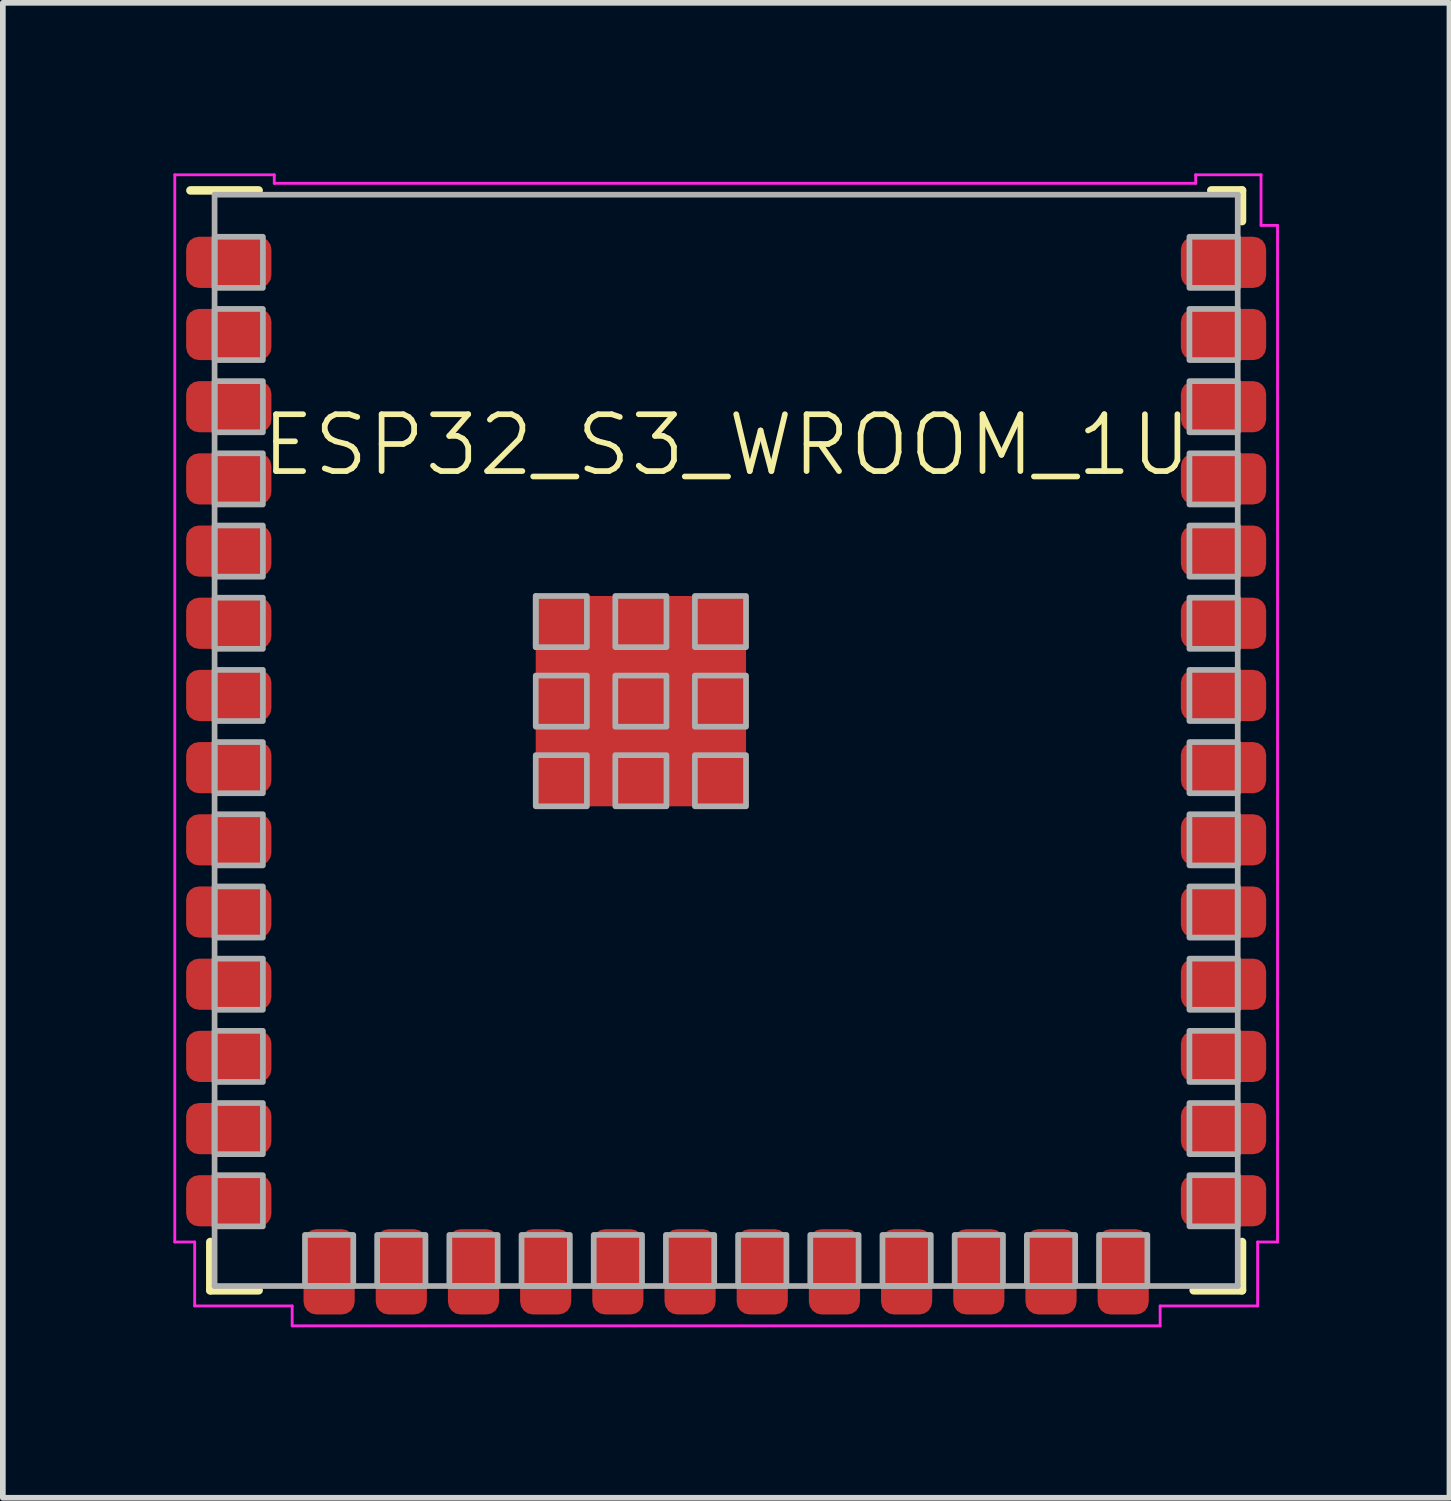
<source format=kicad_pcb>
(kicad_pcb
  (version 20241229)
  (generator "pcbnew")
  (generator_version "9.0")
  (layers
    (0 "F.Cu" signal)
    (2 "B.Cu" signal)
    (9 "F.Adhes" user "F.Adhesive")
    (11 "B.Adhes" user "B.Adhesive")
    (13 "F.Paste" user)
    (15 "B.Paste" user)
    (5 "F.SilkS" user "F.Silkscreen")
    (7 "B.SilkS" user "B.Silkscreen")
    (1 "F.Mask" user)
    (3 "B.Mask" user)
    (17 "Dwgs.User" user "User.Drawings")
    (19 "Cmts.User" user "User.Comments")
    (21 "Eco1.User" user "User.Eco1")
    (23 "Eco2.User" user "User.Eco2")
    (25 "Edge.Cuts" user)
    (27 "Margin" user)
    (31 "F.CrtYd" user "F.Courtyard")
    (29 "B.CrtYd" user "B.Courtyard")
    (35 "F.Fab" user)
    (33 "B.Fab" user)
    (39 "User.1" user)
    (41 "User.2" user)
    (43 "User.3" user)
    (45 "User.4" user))
  (footprint "ESP32_S3_WROOM_1U"
    (layer "F.Cu")
    (at 9.725 9.975)
    (property "Reference" "ESP32_S3_WROOM_1U" (at 0.01 -5.195 0) (unlocked yes) (layer "F.SilkS") (effects (font (size 1 1) (thickness 0.1))))
    (attr smd)
    (fp_line (start -9.075 8.825) (end -9.075 9.675) (stroke (width 0.15) (type default)) (layer "F.SilkS"))
    (fp_line (start -9.075 9.675) (end -8.225 9.675) (stroke (width 0.15) (type default)) (layer "F.SilkS"))
    (fp_line (start -8.225 -9.675) (end -9.425 -9.675) (stroke (width 0.15) (type default)) (layer "F.SilkS"))
    (fp_line (start 8.535 -9.675) (end 9.075 -9.675) (stroke (width 0.15) (type default)) (layer "F.SilkS"))
    (fp_line (start 9.075 -9.135) (end 9.075 -9.675) (stroke (width 0.15) (type default)) (layer "F.SilkS"))
    (fp_line (start 9.075 8.825) (end 9.075 9.675) (stroke (width 0.15) (type default)) (layer "F.SilkS"))
    (fp_line (start 9.075 9.675) (end 8.225 9.675) (stroke (width 0.15) (type default)) (layer "F.SilkS"))
    (fp_rect (start -3.35 -2.54) (end -2.45 -1.64) (stroke (width 0.1) (type default)) (fill yes) (layer "F.Paste"))
    (fp_rect (start -3.35 -1.14) (end -2.45 -0.24) (stroke (width 0.1) (type default)) (fill yes) (layer "F.Paste"))
    (fp_rect (start -3.35 0.26) (end -2.45 1.16) (stroke (width 0.1) (type default)) (fill yes) (layer "F.Paste"))
    (fp_rect (start -1.95 -2.54) (end -1.05 -1.64) (stroke (width 0.1) (type default)) (fill yes) (layer "F.Paste"))
    (fp_rect (start -1.95 -1.14) (end -1.05 -0.24) (stroke (width 0.1) (type default)) (fill yes) (layer "F.Paste"))
    (fp_rect (start -1.95 0.26) (end -1.05 1.16) (stroke (width 0.1) (type default)) (fill yes) (layer "F.Paste"))
    (fp_rect (start -0.55 -2.54) (end 0.35 -1.64) (stroke (width 0.1) (type default)) (fill yes) (layer "F.Paste"))
    (fp_rect (start -0.55 -1.14) (end 0.35 -0.24) (stroke (width 0.1) (type default)) (fill yes) (layer "F.Paste"))
    (fp_rect (start -0.55 0.26) (end 0.35 1.16) (stroke (width 0.1) (type default)) (fill yes) (layer "F.Paste"))
    (fp_line (start -9.7 -9.95) (end -9.7 8.825) (stroke (width 0.05) (type default)) (layer "F.CrtYd"))
    (fp_line (start -9.7 -9.95) (end -7.95 -9.95) (stroke (width 0.05) (type default)) (layer "F.CrtYd"))
    (fp_line (start -9.7 8.825) (end -9.35 8.825) (stroke (width 0.05) (type default)) (layer "F.CrtYd"))
    (fp_line (start -9.35 8.825) (end -9.35 9.95) (stroke (width 0.05) (type default)) (layer "F.CrtYd"))
    (fp_line (start -9.35 9.95) (end -7.635 9.95) (stroke (width 0.05) (type default)) (layer "F.CrtYd"))
    (fp_line (start -7.95 -9.95) (end -7.95 -9.8) (stroke (width 0.05) (type default)) (layer "F.CrtYd"))
    (fp_line (start -7.95 -9.8) (end 8.26 -9.8) (stroke (width 0.05) (type default)) (layer "F.CrtYd"))
    (fp_line (start -7.635 9.95) (end -7.635 10.3) (stroke (width 0.05) (type default)) (layer "F.CrtYd"))
    (fp_line (start -7.635 10.3) (end 7.635 10.3) (stroke (width 0.05) (type default)) (layer "F.CrtYd"))
    (fp_line (start 7.635 10.3) (end 7.635 9.95) (stroke (width 0.05) (type default)) (layer "F.CrtYd"))
    (fp_line (start 8.26 -9.95) (end 9.41 -9.95) (stroke (width 0.05) (type default)) (layer "F.CrtYd"))
    (fp_line (start 8.26 -9.8) (end 8.26 -9.95) (stroke (width 0.05) (type default)) (layer "F.CrtYd"))
    (fp_line (start 9.35 8.825) (end 9.35 9.95) (stroke (width 0.05) (type default)) (layer "F.CrtYd"))
    (fp_line (start 9.35 9.95) (end 7.635 9.95) (stroke (width 0.05) (type default)) (layer "F.CrtYd"))
    (fp_line (start 9.41 -9.95) (end 9.41 -9.06) (stroke (width 0.05) (type default)) (layer "F.CrtYd"))
    (fp_line (start 9.41 -9.06) (end 9.7 -9.06) (stroke (width 0.05) (type default)) (layer "F.CrtYd"))
    (fp_line (start 9.7 -9.06) (end 9.7 8.825) (stroke (width 0.05) (type default)) (layer "F.CrtYd"))
    (fp_line (start 9.7 8.825) (end 9.35 8.825) (stroke (width 0.05) (type default)) (layer "F.CrtYd"))
    (fp_line (start -9 -9.6) (end 9 -9.6) (stroke (width 0.1) (type default)) (layer "F.Fab"))
    (fp_line (start -9 9.6) (end -9 -9.6) (stroke (width 0.1) (type default)) (layer "F.Fab"))
    (fp_line (start -9 9.6) (end 9 9.6) (stroke (width 0.1) (type default)) (layer "F.Fab"))
    (fp_line (start 9 9.6) (end 9 -9.6) (stroke (width 0.1) (type default)) (layer "F.Fab"))
    (fp_rect (start -9 -8.86) (end -8.15 -7.96) (stroke (width 0.1) (type default)) (fill no) (layer "F.Fab"))
    (fp_rect (start -9 -7.59) (end -8.15 -6.69) (stroke (width 0.1) (type default)) (fill no) (layer "F.Fab"))
    (fp_rect (start -9 -6.32) (end -8.15 -5.42) (stroke (width 0.1) (type default)) (fill no) (layer "F.Fab"))
    (fp_rect (start -9 -5.05) (end -8.15 -4.15) (stroke (width 0.1) (type default)) (fill no) (layer "F.Fab"))
    (fp_rect (start -9 -3.78) (end -8.15 -2.88) (stroke (width 0.1) (type default)) (fill no) (layer "F.Fab"))
    (fp_rect (start -9 -2.51) (end -8.15 -1.61) (stroke (width 0.1) (type default)) (fill no) (layer "F.Fab"))
    (fp_rect (start -9 -1.24) (end -8.15 -0.34) (stroke (width 0.1) (type default)) (fill no) (layer "F.Fab"))
    (fp_rect (start -9 0.03) (end -8.15 0.93) (stroke (width 0.1) (type default)) (fill no) (layer "F.Fab"))
    (fp_rect (start -9 1.3) (end -8.15 2.2) (stroke (width 0.1) (type default)) (fill no) (layer "F.Fab"))
    (fp_rect (start -9 2.57) (end -8.15 3.47) (stroke (width 0.1) (type default)) (fill no) (layer "F.Fab"))
    (fp_rect (start -9 3.84) (end -8.15 4.74) (stroke (width 0.1) (type default)) (fill no) (layer "F.Fab"))
    (fp_rect (start -9 5.11) (end -8.15 6.01) (stroke (width 0.1) (type default)) (fill no) (layer "F.Fab"))
    (fp_rect (start -9 6.38) (end -8.15 7.28) (stroke (width 0.1) (type default)) (fill no) (layer "F.Fab"))
    (fp_rect (start -9 7.65) (end -8.15 8.55) (stroke (width 0.1) (type default)) (fill no) (layer "F.Fab"))
    (fp_rect (start -7.41 8.7) (end -6.56 9.6) (stroke (width 0.1) (type default)) (fill no) (layer "F.Fab"))
    (fp_rect (start -6.14 8.7) (end -5.29 9.6) (stroke (width 0.1) (type default)) (fill no) (layer "F.Fab"))
    (fp_rect (start -4.87 8.7) (end -4.02 9.6) (stroke (width 0.1) (type default)) (fill no) (layer "F.Fab"))
    (fp_rect (start -3.6 8.7) (end -2.75 9.6) (stroke (width 0.1) (type default)) (fill no) (layer "F.Fab"))
    (fp_rect (start -3.35 -2.54) (end -3.35 -1.64) (stroke (width 0.1) (type default)) (fill no) (layer "F.Fab"))
    (fp_rect (start -3.35 -2.54) (end -2.45 -1.64) (stroke (width 0.1) (type default)) (fill no) (layer "F.Fab"))
    (fp_rect (start -3.35 -1.14) (end -2.45 -0.24) (stroke (width 0.1) (type default)) (fill no) (layer "F.Fab"))
    (fp_rect (start -3.35 0.26) (end -2.45 1.16) (stroke (width 0.1) (type default)) (fill no) (layer "F.Fab"))
    (fp_rect (start -2.33 8.7) (end -1.48 9.6) (stroke (width 0.1) (type default)) (fill no) (layer "F.Fab"))
    (fp_rect (start -1.95 -2.54) (end -1.05 -1.64) (stroke (width 0.1) (type default)) (fill no) (layer "F.Fab"))
    (fp_rect (start -1.95 -1.14) (end -1.05 -0.24) (stroke (width 0.1) (type default)) (fill no) (layer "F.Fab"))
    (fp_rect (start -1.95 0.26) (end -1.05 1.16) (stroke (width 0.1) (type default)) (fill no) (layer "F.Fab"))
    (fp_rect (start -1.06 8.7) (end -0.21 9.6) (stroke (width 0.1) (type default)) (fill no) (layer "F.Fab"))
    (fp_rect (start -0.55 -2.54) (end 0.35 -1.64) (stroke (width 0.1) (type default)) (fill no) (layer "F.Fab"))
    (fp_rect (start -0.55 -1.14) (end 0.35 -0.24) (stroke (width 0.1) (type default)) (fill no) (layer "F.Fab"))
    (fp_rect (start -0.55 0.26) (end 0.35 1.16) (stroke (width 0.1) (type default)) (fill no) (layer "F.Fab"))
    (fp_rect (start 0.21 8.7) (end 1.06 9.6) (stroke (width 0.1) (type default)) (fill no) (layer "F.Fab"))
    (fp_rect (start 1.48 8.7) (end 2.33 9.6) (stroke (width 0.1) (type default)) (fill no) (layer "F.Fab"))
    (fp_rect (start 2.75 8.7) (end 3.6 9.6) (stroke (width 0.1) (type default)) (fill no) (layer "F.Fab"))
    (fp_rect (start 4.02 8.7) (end 4.87 9.6) (stroke (width 0.1) (type default)) (fill no) (layer "F.Fab"))
    (fp_rect (start 5.29 8.7) (end 6.14 9.6) (stroke (width 0.1) (type default)) (fill no) (layer "F.Fab"))
    (fp_rect (start 6.56 8.7) (end 7.41 9.6) (stroke (width 0.1) (type default)) (fill no) (layer "F.Fab"))
    (fp_rect (start 8.15 -8.86) (end 9 -7.96) (stroke (width 0.1) (type default)) (fill no) (layer "F.Fab"))
    (fp_rect (start 8.15 -7.59) (end 9 -6.69) (stroke (width 0.1) (type default)) (fill no) (layer "F.Fab"))
    (fp_rect (start 8.15 -6.32) (end 9 -5.42) (stroke (width 0.1) (type default)) (fill no) (layer "F.Fab"))
    (fp_rect (start 8.15 -5.05) (end 9 -4.15) (stroke (width 0.1) (type default)) (fill no) (layer "F.Fab"))
    (fp_rect (start 8.15 -3.78) (end 9 -2.88) (stroke (width 0.1) (type default)) (fill no) (layer "F.Fab"))
    (fp_rect (start 8.15 -2.51) (end 9 -1.61) (stroke (width 0.1) (type default)) (fill no) (layer "F.Fab"))
    (fp_rect (start 8.15 -1.24) (end 9 -0.34) (stroke (width 0.1) (type default)) (fill no) (layer "F.Fab"))
    (fp_rect (start 8.15 0.03) (end 9 0.93) (stroke (width 0.1) (type default)) (fill no) (layer "F.Fab"))
    (fp_rect (start 8.15 1.3) (end 9 2.2) (stroke (width 0.1) (type default)) (fill no) (layer "F.Fab"))
    (fp_rect (start 8.15 2.57) (end 9 3.47) (stroke (width 0.1) (type default)) (fill no) (layer "F.Fab"))
    (fp_rect (start 8.15 3.84) (end 9 4.74) (stroke (width 0.1) (type default)) (fill no) (layer "F.Fab"))
    (fp_rect (start 8.15 5.11) (end 9 6.01) (stroke (width 0.1) (type default)) (fill no) (layer "F.Fab"))
    (fp_rect (start 8.15 6.38) (end 9 7.28) (stroke (width 0.1) (type default)) (fill no) (layer "F.Fab"))
    (fp_rect (start 8.15 7.65) (end 9 8.55) (stroke (width 0.1) (type default)) (fill no) (layer "F.Fab"))
    (fp_line (start -9 -9.6) (end -9 9.6) (stroke (width 0.1) (type default)) (layer "User.2"))
    (fp_line (start -9 9.6) (end 9 9.6) (stroke (width 0.1) (type default)) (layer "User.2"))
    (fp_line (start -0.35 0) (end 0.35 0) (stroke (width 0.1) (type default)) (layer "User.2"))
    (fp_line (start 0 -0.35) (end 0 0.35) (stroke (width 0.1) (type default)) (layer "User.2"))
    (fp_line (start 9 -9.6) (end -9 -9.6) (stroke (width 0.1) (type default)) (layer "User.2"))
    (fp_line (start 9 9.6) (end 9 -9.6) (stroke (width 0.1) (type default)) (layer "User.2"))
    (fp_circle (center 0 0) (end 0 0.25) (stroke (width 0.1) (type default)) (fill no) (layer "User.2"))
    (fp_text user "${REFERENCE}" (at -0.015 2.16 0) (unlocked yes) (layer "User.3") (effects (font (size 1 1) (thickness 0.15))))
    (pad "1" smd roundrect (at -8.75 -8.41) (size 1.5 0.9) (layers "F.Cu" "F.Mask" "F.Paste") (roundrect_rratio 0.25))
    (pad "2" smd roundrect (at -8.75 -7.14) (size 1.5 0.9) (layers "F.Cu" "F.Mask" "F.Paste") (roundrect_rratio 0.25))
    (pad "3" smd roundrect (at -8.75 -5.87) (size 1.5 0.9) (layers "F.Cu" "F.Mask" "F.Paste") (roundrect_rratio 0.25))
    (pad "4" smd roundrect (at -8.75 -4.6) (size 1.5 0.9) (layers "F.Cu" "F.Mask" "F.Paste") (roundrect_rratio 0.25))
    (pad "5" smd roundrect (at -8.75 -3.33) (size 1.5 0.9) (layers "F.Cu" "F.Mask" "F.Paste") (roundrect_rratio 0.25))
    (pad "6" smd roundrect (at -8.75 -2.06) (size 1.5 0.9) (layers "F.Cu" "F.Mask" "F.Paste") (roundrect_rratio 0.25))
    (pad "7" smd roundrect (at -8.75 -0.79) (size 1.5 0.9) (layers "F.Cu" "F.Mask" "F.Paste") (roundrect_rratio 0.25))
    (pad "8" smd roundrect (at -8.75 0.48) (size 1.5 0.9) (layers "F.Cu" "F.Mask" "F.Paste") (roundrect_rratio 0.25))
    (pad "9" smd roundrect (at -8.75 1.75) (size 1.5 0.9) (layers "F.Cu" "F.Mask" "F.Paste") (roundrect_rratio 0.25))
    (pad "10" smd roundrect (at -8.75 3.02) (size 1.5 0.9) (layers "F.Cu" "F.Mask" "F.Paste") (roundrect_rratio 0.25))
    (pad "11" smd roundrect (at -8.75 4.29) (size 1.5 0.9) (layers "F.Cu" "F.Mask" "F.Paste") (roundrect_rratio 0.25))
    (pad "12" smd roundrect (at -8.75 5.56) (size 1.5 0.9) (layers "F.Cu" "F.Mask" "F.Paste") (roundrect_rratio 0.25))
    (pad "13" smd roundrect (at -8.75 6.83) (size 1.5 0.9) (layers "F.Cu" "F.Mask" "F.Paste") (roundrect_rratio 0.25))
    (pad "14" smd roundrect (at -8.75 8.1) (size 1.5 0.9) (layers "F.Cu" "F.Mask" "F.Paste") (roundrect_rratio 0.25))
    (pad "15" smd roundrect (at -6.985 9.35 90) (size 1.5 0.9) (layers "F.Cu" "F.Mask" "F.Paste") (roundrect_rratio 0.25))
    (pad "16" smd roundrect (at -5.715 9.35 90) (size 1.5 0.9) (layers "F.Cu" "F.Mask" "F.Paste") (roundrect_rratio 0.25))
    (pad "17" smd roundrect (at -4.445 9.35 90) (size 1.5 0.9) (layers "F.Cu" "F.Mask" "F.Paste") (roundrect_rratio 0.25))
    (pad "18" smd roundrect (at -3.175 9.35 90) (size 1.5 0.9) (layers "F.Cu" "F.Mask" "F.Paste") (roundrect_rratio 0.25))
    (pad "19" smd roundrect (at -1.905 9.35 90) (size 1.5 0.9) (layers "F.Cu" "F.Mask" "F.Paste") (roundrect_rratio 0.25))
    (pad "20" smd roundrect (at -0.635 9.35 90) (size 1.5 0.9) (layers "F.Cu" "F.Mask" "F.Paste") (roundrect_rratio 0.25))
    (pad "21" smd roundrect (at 0.635 9.35 90) (size 1.5 0.9) (layers "F.Cu" "F.Mask" "F.Paste") (roundrect_rratio 0.25))
    (pad "22" smd roundrect (at 1.905 9.35 90) (size 1.5 0.9) (layers "F.Cu" "F.Mask" "F.Paste") (roundrect_rratio 0.25))
    (pad "23" smd roundrect (at 3.175 9.35 90) (size 1.5 0.9) (layers "F.Cu" "F.Mask" "F.Paste") (roundrect_rratio 0.25))
    (pad "24" smd roundrect (at 4.445 9.35 90) (size 1.5 0.9) (layers "F.Cu" "F.Mask" "F.Paste") (roundrect_rratio 0.25))
    (pad "25" smd roundrect (at 5.715 9.35 90) (size 1.5 0.9) (layers "F.Cu" "F.Mask" "F.Paste") (roundrect_rratio 0.25))
    (pad "26" smd roundrect (at 6.985 9.35 90) (size 1.5 0.9) (layers "F.Cu" "F.Mask" "F.Paste") (roundrect_rratio 0.25))
    (pad "27" smd roundrect (at 8.75 8.1 180) (size 1.5 0.9) (layers "F.Cu" "F.Mask" "F.Paste") (roundrect_rratio 0.25))
    (pad "28" smd roundrect (at 8.75 6.83 180) (size 1.5 0.9) (layers "F.Cu" "F.Mask" "F.Paste") (roundrect_rratio 0.25))
    (pad "29" smd roundrect (at 8.75 5.56 180) (size 1.5 0.9) (layers "F.Cu" "F.Mask" "F.Paste") (roundrect_rratio 0.25))
    (pad "30" smd roundrect (at 8.75 4.29 180) (size 1.5 0.9) (layers "F.Cu" "F.Mask" "F.Paste") (roundrect_rratio 0.25))
    (pad "31" smd roundrect (at 8.75 3.02 180) (size 1.5 0.9) (layers "F.Cu" "F.Mask" "F.Paste") (roundrect_rratio 0.25))
    (pad "32" smd roundrect (at 8.75 1.75 180) (size 1.5 0.9) (layers "F.Cu" "F.Mask" "F.Paste") (roundrect_rratio 0.25))
    (pad "33" smd roundrect (at 8.75 0.48 180) (size 1.5 0.9) (layers "F.Cu" "F.Mask" "F.Paste") (roundrect_rratio 0.25))
    (pad "34" smd roundrect (at 8.75 -0.79 180) (size 1.5 0.9) (layers "F.Cu" "F.Mask" "F.Paste") (roundrect_rratio 0.25))
    (pad "35" smd roundrect (at 8.75 -2.06 180) (size 1.5 0.9) (layers "F.Cu" "F.Mask" "F.Paste") (roundrect_rratio 0.25))
    (pad "36" smd roundrect (at 8.75 -3.33 180) (size 1.5 0.9) (layers "F.Cu" "F.Mask" "F.Paste") (roundrect_rratio 0.25))
    (pad "37" smd roundrect (at 8.75 -4.6 180) (size 1.5 0.9) (layers "F.Cu" "F.Mask" "F.Paste") (roundrect_rratio 0.25))
    (pad "38" smd roundrect (at 8.75 -5.87 180) (size 1.5 0.9) (layers "F.Cu" "F.Mask" "F.Paste") (roundrect_rratio 0.25))
    (pad "39" smd roundrect (at 8.75 -7.14 180) (size 1.5 0.9) (layers "F.Cu" "F.Mask" "F.Paste") (roundrect_rratio 0.25))
    (pad "40" smd roundrect (at 8.75 -8.41 180) (size 1.5 0.9) (layers "F.Cu" "F.Mask" "F.Paste") (roundrect_rratio 0.25))
    (pad "41" smd rect (at -1.5 -0.69 90) (size 3.7 3.7) (layers "F.Cu" "F.Mask")))
  (gr_rect
    (start -3 -3)
    (end 22.45 23.3)
    (stroke (width 0.1) (type default))
    (fill no)
    (layer "Edge.Cuts")))
</source>
